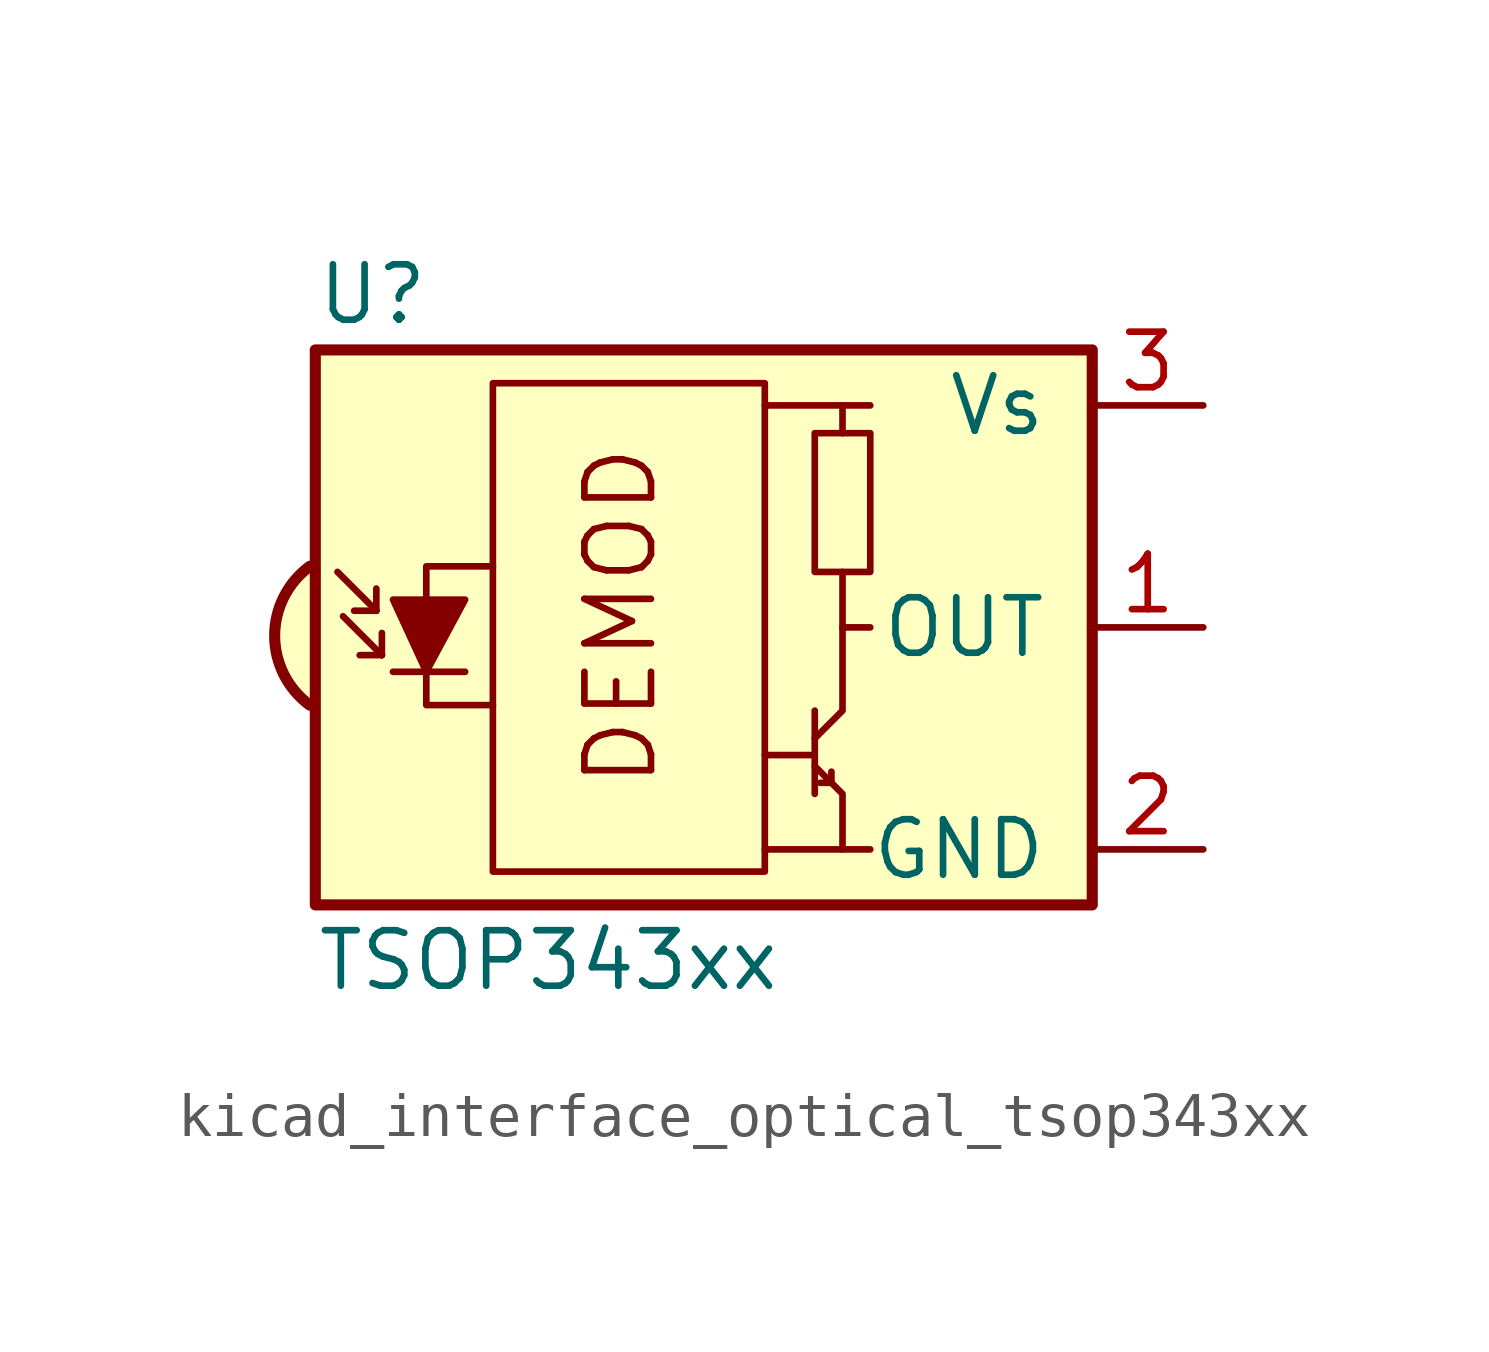
<source format=kicad_sym>
(kicad_symbol_lib
  (version 20220914)
  (generator kicad_symbol_editor)
  (symbol "kicad_interface_optical_tsop343xx"
    (pin_names
      (offset 1.016))
    (property "Reference" "U"
      (at -10.16 7.62 0)
      (effects (font (size 1.27 1.27)) (justify left)))
    (property "Value" "TSOP343xx"
      (at -10.16 -7.62 0)
      (effects (font (size 1.27 1.27)) (justify left)))
    (symbol "kicad_interface_optical_tsop343xx_0_0"
      (arc (start -10.287 1.397) (mid -11.0899 -0.1852) (end -10.287 -1.778) (stroke (width 0.254) (type default)) (fill (type background)))
      (polyline (pts (xy 1.905 -5.08) (xy 0.127 -5.08)) (stroke (width 0) (type default)) (fill (type none)))
      (polyline (pts (xy 1.905 5.08) (xy 0.127 5.08)) (stroke (width 0) (type default)) (fill (type none)))
      (text "DEMOD" (at -3.175 0.254 900) (effects (font (size 1.524 1.524)))))
    (symbol "kicad_interface_optical_tsop343xx_0_1"
      (rectangle (start -6.096 5.588) (end 0.127 -5.588) (stroke (width 0) (type default)) (fill (type none)))
      (polyline (pts (xy -8.763 0.381) (xy -9.652 1.27)) (stroke (width 0) (type default)) (fill (type none)))
      (polyline (pts (xy -8.763 0.381) (xy -9.271 0.381)) (stroke (width 0) (type default)) (fill (type none)))
      (polyline (pts (xy -8.763 0.381) (xy -8.763 0.889)) (stroke (width 0) (type default)) (fill (type none)))
      (polyline (pts (xy -8.636 -0.635) (xy -9.525 0.254)) (stroke (width 0) (type default)) (fill (type none)))
      (polyline (pts (xy -8.636 -0.635) (xy -9.144 -0.635)) (stroke (width 0) (type default)) (fill (type none)))
      (polyline (pts (xy -8.636 -0.635) (xy -8.636 -0.127)) (stroke (width 0) (type default)) (fill (type none)))
      (polyline (pts (xy -8.382 -1.016) (xy -6.731 -1.016)) (stroke (width 0) (type default)) (fill (type none)))
      (polyline (pts (xy 1.27 -2.921) (xy 0.127 -2.921)) (stroke (width 0) (type default)) (fill (type none)))
      (polyline (pts (xy 1.27 -1.905) (xy 1.27 -3.81)) (stroke (width 0) (type default)) (fill (type none)))
      (polyline (pts (xy 1.397 -3.556) (xy 1.524 -3.556)) (stroke (width 0) (type default)) (fill (type none)))
      (polyline (pts (xy 1.651 -3.556) (xy 1.524 -3.556)) (stroke (width 0) (type default)) (fill (type none)))
      (polyline (pts (xy 1.651 -3.556) (xy 1.651 -3.302)) (stroke (width 0) (type default)) (fill (type none)))
      (polyline (pts (xy 1.905 0) (xy 1.905 1.27)) (stroke (width 0) (type default)) (fill (type none)))
      (polyline (pts (xy 1.905 4.445) (xy 1.905 5.08) (xy 2.54 5.08)) (stroke (width 0) (type default)) (fill (type none)))
      (polyline (pts (xy -8.382 0.635) (xy -6.731 0.635) (xy -7.62 -1.016) (xy -8.382 0.635)) (stroke (width 0) (type default)) (fill (type outline)))
      (polyline (pts (xy -6.096 1.397) (xy -7.62 1.397) (xy -7.62 -1.778) (xy -6.096 -1.778)) (stroke (width 0) (type default)) (fill (type none)))
      (polyline (pts (xy 1.27 -3.175) (xy 1.905 -3.81) (xy 1.905 -5.08) (xy 2.54 -5.08)) (stroke (width 0) (type default)) (fill (type none)))
      (polyline (pts (xy 1.27 -2.54) (xy 1.905 -1.905) (xy 1.905 0) (xy 2.54 0)) (stroke (width 0) (type default)) (fill (type none)))
      (rectangle (start 2.54 1.27) (end 1.27 4.445) (stroke (width 0) (type default)) (fill (type none)))
      (rectangle (start 7.62 6.35) (end -10.16 -6.35) (stroke (width 0.254) (type default)) (fill (type background))))
    (symbol "kicad_interface_optical_tsop343xx_1_1"
      (pin output line (at 10.16 0 180) (length 2.54) (name "OUT" (effects (font (size 1.27 1.27)))) (number "1" (effects (font (size 1.27 1.27)))))
      (pin power_in line (at 10.16 -5.08 180) (length 2.54) (name "GND" (effects (font (size 1.27 1.27)))) (number "2" (effects (font (size 1.27 1.27)))))
      (pin power_in line (at 10.16 5.08 180) (length 2.54) (name "Vs" (effects (font (size 1.27 1.27)))) (number "3" (effects (font (size 1.27 1.27))))))))
</source>
